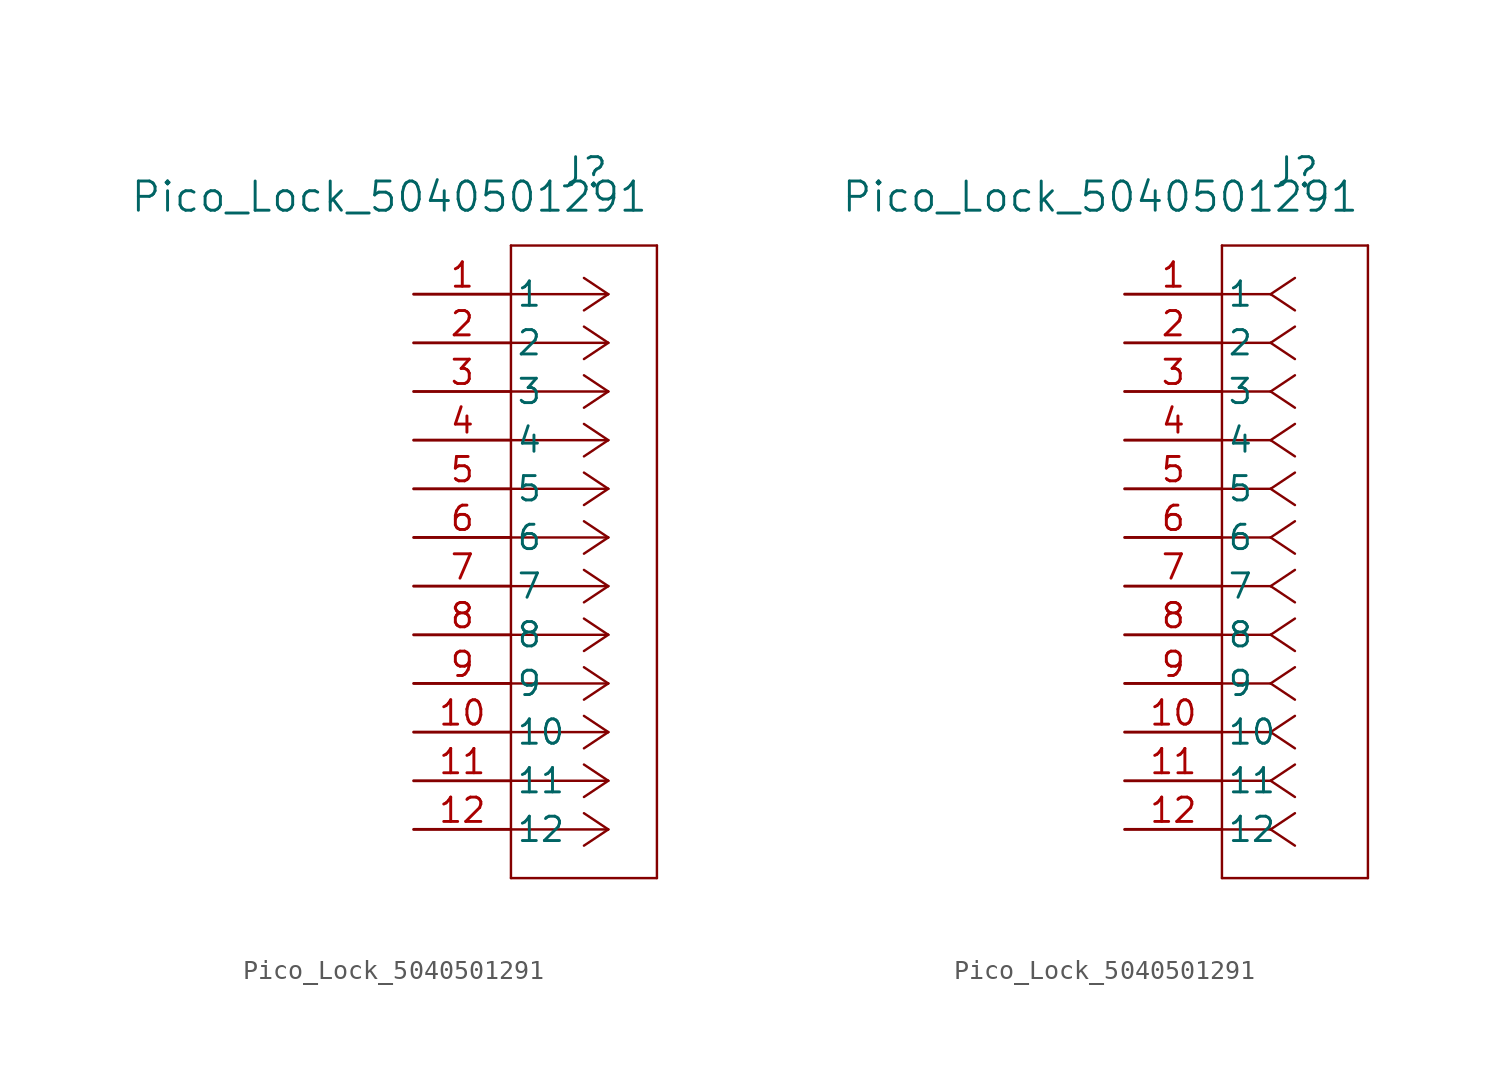
<source format=kicad_sym>
(kicad_symbol_lib
  (version 20220914)
  (generator kicad_symbol_editor)
  (symbol "Pico_Lock_5040501291"
    (pin_names
      (offset 0.254))
    (property "Reference" "J"
      (at 8.89 6.35 0)
      (effects (font (size 1.524 1.524))))
    (property "Value" "Pico_Lock_5040501291"
      (at -1.27 5.08 0)
      (effects (font (size 1.524 1.524))))
    (property "ki_locked" ""
      (at 0 0 0)
      (effects (font (size 1.27 1.27))))
    (symbol "Pico_Lock_5040501291_1_1"
      (polyline (pts (xy 5.08 -30.48) (xy 12.7 -30.48)) (stroke (width 0.127) (type default)) (fill (type none)))
      (polyline (pts (xy 5.08 2.54) (xy 5.08 -30.48)) (stroke (width 0.127) (type default)) (fill (type none)))
      (polyline (pts (xy 10.16 -27.94) (xy 5.08 -27.94)) (stroke (width 0.127) (type default)) (fill (type none)))
      (polyline (pts (xy 10.16 -27.94) (xy 8.89 -28.787)) (stroke (width 0.127) (type default)) (fill (type none)))
      (polyline (pts (xy 10.16 -27.94) (xy 8.89 -27.093)) (stroke (width 0.127) (type default)) (fill (type none)))
      (polyline (pts (xy 10.16 -25.4) (xy 5.08 -25.4)) (stroke (width 0.127) (type default)) (fill (type none)))
      (polyline (pts (xy 10.16 -25.4) (xy 8.89 -26.247)) (stroke (width 0.127) (type default)) (fill (type none)))
      (polyline (pts (xy 10.16 -25.4) (xy 8.89 -24.553)) (stroke (width 0.127) (type default)) (fill (type none)))
      (polyline (pts (xy 10.16 -22.86) (xy 5.08 -22.86)) (stroke (width 0.127) (type default)) (fill (type none)))
      (polyline (pts (xy 10.16 -22.86) (xy 8.89 -23.707)) (stroke (width 0.127) (type default)) (fill (type none)))
      (polyline (pts (xy 10.16 -22.86) (xy 8.89 -22.013)) (stroke (width 0.127) (type default)) (fill (type none)))
      (polyline (pts (xy 10.16 -20.32) (xy 5.08 -20.32)) (stroke (width 0.127) (type default)) (fill (type none)))
      (polyline (pts (xy 10.16 -20.32) (xy 8.89 -21.167)) (stroke (width 0.127) (type default)) (fill (type none)))
      (polyline (pts (xy 10.16 -20.32) (xy 8.89 -19.473)) (stroke (width 0.127) (type default)) (fill (type none)))
      (polyline (pts (xy 10.16 -17.78) (xy 5.08 -17.78)) (stroke (width 0.127) (type default)) (fill (type none)))
      (polyline (pts (xy 10.16 -17.78) (xy 8.89 -18.627)) (stroke (width 0.127) (type default)) (fill (type none)))
      (polyline (pts (xy 10.16 -17.78) (xy 8.89 -16.933)) (stroke (width 0.127) (type default)) (fill (type none)))
      (polyline (pts (xy 10.16 -15.24) (xy 5.08 -15.24)) (stroke (width 0.127) (type default)) (fill (type none)))
      (polyline (pts (xy 10.16 -15.24) (xy 8.89 -16.087)) (stroke (width 0.127) (type default)) (fill (type none)))
      (polyline (pts (xy 10.16 -15.24) (xy 8.89 -14.393)) (stroke (width 0.127) (type default)) (fill (type none)))
      (polyline (pts (xy 10.16 -12.7) (xy 5.08 -12.7)) (stroke (width 0.127) (type default)) (fill (type none)))
      (polyline (pts (xy 10.16 -12.7) (xy 8.89 -13.547)) (stroke (width 0.127) (type default)) (fill (type none)))
      (polyline (pts (xy 10.16 -12.7) (xy 8.89 -11.853)) (stroke (width 0.127) (type default)) (fill (type none)))
      (polyline (pts (xy 10.16 -10.16) (xy 5.08 -10.16)) (stroke (width 0.127) (type default)) (fill (type none)))
      (polyline (pts (xy 10.16 -10.16) (xy 8.89 -11.007)) (stroke (width 0.127) (type default)) (fill (type none)))
      (polyline (pts (xy 10.16 -10.16) (xy 8.89 -9.313)) (stroke (width 0.127) (type default)) (fill (type none)))
      (polyline (pts (xy 10.16 -7.62) (xy 5.08 -7.62)) (stroke (width 0.127) (type default)) (fill (type none)))
      (polyline (pts (xy 10.16 -7.62) (xy 8.89 -8.467)) (stroke (width 0.127) (type default)) (fill (type none)))
      (polyline (pts (xy 10.16 -7.62) (xy 8.89 -6.773)) (stroke (width 0.127) (type default)) (fill (type none)))
      (polyline (pts (xy 10.16 -5.08) (xy 5.08 -5.08)) (stroke (width 0.127) (type default)) (fill (type none)))
      (polyline (pts (xy 10.16 -5.08) (xy 8.89 -5.927)) (stroke (width 0.127) (type default)) (fill (type none)))
      (polyline (pts (xy 10.16 -5.08) (xy 8.89 -4.233)) (stroke (width 0.127) (type default)) (fill (type none)))
      (polyline (pts (xy 10.16 -2.54) (xy 5.08 -2.54)) (stroke (width 0.127) (type default)) (fill (type none)))
      (polyline (pts (xy 10.16 -2.54) (xy 8.89 -3.387)) (stroke (width 0.127) (type default)) (fill (type none)))
      (polyline (pts (xy 10.16 -2.54) (xy 8.89 -1.693)) (stroke (width 0.127) (type default)) (fill (type none)))
      (polyline (pts (xy 10.16 0) (xy 5.08 0)) (stroke (width 0.127) (type default)) (fill (type none)))
      (polyline (pts (xy 10.16 0) (xy 8.89 -0.847)) (stroke (width 0.127) (type default)) (fill (type none)))
      (polyline (pts (xy 10.16 0) (xy 8.89 0.847)) (stroke (width 0.127) (type default)) (fill (type none)))
      (polyline (pts (xy 12.7 -30.48) (xy 12.7 2.54)) (stroke (width 0.127) (type default)) (fill (type none)))
      (polyline (pts (xy 12.7 2.54) (xy 5.08 2.54)) (stroke (width 0.127) (type default)) (fill (type none)))
      (pin unspecified line (at 0 0 0) (length 5.08) (name "1" (effects (font (size 1.27 1.27)))) (number "1" (effects (font (size 1.27 1.27)))))
      (pin unspecified line (at 0 -22.86 0) (length 5.08) (name "10" (effects (font (size 1.27 1.27)))) (number "10" (effects (font (size 1.27 1.27)))))
      (pin unspecified line (at 0 -25.4 0) (length 5.08) (name "11" (effects (font (size 1.27 1.27)))) (number "11" (effects (font (size 1.27 1.27)))))
      (pin unspecified line (at 0 -27.94 0) (length 5.08) (name "12" (effects (font (size 1.27 1.27)))) (number "12" (effects (font (size 1.27 1.27)))))
      (pin unspecified line (at 0 -2.54 0) (length 5.08) (name "2" (effects (font (size 1.27 1.27)))) (number "2" (effects (font (size 1.27 1.27)))))
      (pin unspecified line (at 0 -5.08 0) (length 5.08) (name "3" (effects (font (size 1.27 1.27)))) (number "3" (effects (font (size 1.27 1.27)))))
      (pin unspecified line (at 0 -7.62 0) (length 5.08) (name "4" (effects (font (size 1.27 1.27)))) (number "4" (effects (font (size 1.27 1.27)))))
      (pin unspecified line (at 0 -10.16 0) (length 5.08) (name "5" (effects (font (size 1.27 1.27)))) (number "5" (effects (font (size 1.27 1.27)))))
      (pin unspecified line (at 0 -12.7 0) (length 5.08) (name "6" (effects (font (size 1.27 1.27)))) (number "6" (effects (font (size 1.27 1.27)))))
      (pin unspecified line (at 0 -15.24 0) (length 5.08) (name "7" (effects (font (size 1.27 1.27)))) (number "7" (effects (font (size 1.27 1.27)))))
      (pin unspecified line (at 0 -17.78 0) (length 5.08) (name "8" (effects (font (size 1.27 1.27)))) (number "8" (effects (font (size 1.27 1.27)))))
      (pin unspecified line (at 0 -20.32 0) (length 5.08) (name "9" (effects (font (size 1.27 1.27)))) (number "9" (effects (font (size 1.27 1.27))))))
    (symbol "Pico_Lock_5040501291_1_2"
      (polyline (pts (xy 5.08 -30.48) (xy 12.7 -30.48)) (stroke (width 0.127) (type default)) (fill (type none)))
      (polyline (pts (xy 5.08 2.54) (xy 5.08 -30.48)) (stroke (width 0.127) (type default)) (fill (type none)))
      (polyline (pts (xy 7.62 -27.94) (xy 5.08 -27.94)) (stroke (width 0.127) (type default)) (fill (type none)))
      (polyline (pts (xy 7.62 -27.94) (xy 8.89 -28.787)) (stroke (width 0.127) (type default)) (fill (type none)))
      (polyline (pts (xy 7.62 -27.94) (xy 8.89 -27.093)) (stroke (width 0.127) (type default)) (fill (type none)))
      (polyline (pts (xy 7.62 -25.4) (xy 5.08 -25.4)) (stroke (width 0.127) (type default)) (fill (type none)))
      (polyline (pts (xy 7.62 -25.4) (xy 8.89 -26.247)) (stroke (width 0.127) (type default)) (fill (type none)))
      (polyline (pts (xy 7.62 -25.4) (xy 8.89 -24.553)) (stroke (width 0.127) (type default)) (fill (type none)))
      (polyline (pts (xy 7.62 -22.86) (xy 5.08 -22.86)) (stroke (width 0.127) (type default)) (fill (type none)))
      (polyline (pts (xy 7.62 -22.86) (xy 8.89 -23.707)) (stroke (width 0.127) (type default)) (fill (type none)))
      (polyline (pts (xy 7.62 -22.86) (xy 8.89 -22.013)) (stroke (width 0.127) (type default)) (fill (type none)))
      (polyline (pts (xy 7.62 -20.32) (xy 5.08 -20.32)) (stroke (width 0.127) (type default)) (fill (type none)))
      (polyline (pts (xy 7.62 -20.32) (xy 8.89 -21.167)) (stroke (width 0.127) (type default)) (fill (type none)))
      (polyline (pts (xy 7.62 -20.32) (xy 8.89 -19.473)) (stroke (width 0.127) (type default)) (fill (type none)))
      (polyline (pts (xy 7.62 -17.78) (xy 5.08 -17.78)) (stroke (width 0.127) (type default)) (fill (type none)))
      (polyline (pts (xy 7.62 -17.78) (xy 8.89 -18.627)) (stroke (width 0.127) (type default)) (fill (type none)))
      (polyline (pts (xy 7.62 -17.78) (xy 8.89 -16.933)) (stroke (width 0.127) (type default)) (fill (type none)))
      (polyline (pts (xy 7.62 -15.24) (xy 5.08 -15.24)) (stroke (width 0.127) (type default)) (fill (type none)))
      (polyline (pts (xy 7.62 -15.24) (xy 8.89 -16.087)) (stroke (width 0.127) (type default)) (fill (type none)))
      (polyline (pts (xy 7.62 -15.24) (xy 8.89 -14.393)) (stroke (width 0.127) (type default)) (fill (type none)))
      (polyline (pts (xy 7.62 -12.7) (xy 5.08 -12.7)) (stroke (width 0.127) (type default)) (fill (type none)))
      (polyline (pts (xy 7.62 -12.7) (xy 8.89 -13.547)) (stroke (width 0.127) (type default)) (fill (type none)))
      (polyline (pts (xy 7.62 -12.7) (xy 8.89 -11.853)) (stroke (width 0.127) (type default)) (fill (type none)))
      (polyline (pts (xy 7.62 -10.16) (xy 5.08 -10.16)) (stroke (width 0.127) (type default)) (fill (type none)))
      (polyline (pts (xy 7.62 -10.16) (xy 8.89 -11.007)) (stroke (width 0.127) (type default)) (fill (type none)))
      (polyline (pts (xy 7.62 -10.16) (xy 8.89 -9.313)) (stroke (width 0.127) (type default)) (fill (type none)))
      (polyline (pts (xy 7.62 -7.62) (xy 5.08 -7.62)) (stroke (width 0.127) (type default)) (fill (type none)))
      (polyline (pts (xy 7.62 -7.62) (xy 8.89 -8.467)) (stroke (width 0.127) (type default)) (fill (type none)))
      (polyline (pts (xy 7.62 -7.62) (xy 8.89 -6.773)) (stroke (width 0.127) (type default)) (fill (type none)))
      (polyline (pts (xy 7.62 -5.08) (xy 5.08 -5.08)) (stroke (width 0.127) (type default)) (fill (type none)))
      (polyline (pts (xy 7.62 -5.08) (xy 8.89 -5.927)) (stroke (width 0.127) (type default)) (fill (type none)))
      (polyline (pts (xy 7.62 -5.08) (xy 8.89 -4.233)) (stroke (width 0.127) (type default)) (fill (type none)))
      (polyline (pts (xy 7.62 -2.54) (xy 5.08 -2.54)) (stroke (width 0.127) (type default)) (fill (type none)))
      (polyline (pts (xy 7.62 -2.54) (xy 8.89 -3.387)) (stroke (width 0.127) (type default)) (fill (type none)))
      (polyline (pts (xy 7.62 -2.54) (xy 8.89 -1.693)) (stroke (width 0.127) (type default)) (fill (type none)))
      (polyline (pts (xy 7.62 0) (xy 5.08 0)) (stroke (width 0.127) (type default)) (fill (type none)))
      (polyline (pts (xy 7.62 0) (xy 8.89 -0.847)) (stroke (width 0.127) (type default)) (fill (type none)))
      (polyline (pts (xy 7.62 0) (xy 8.89 0.847)) (stroke (width 0.127) (type default)) (fill (type none)))
      (polyline (pts (xy 12.7 -30.48) (xy 12.7 2.54)) (stroke (width 0.127) (type default)) (fill (type none)))
      (polyline (pts (xy 12.7 2.54) (xy 5.08 2.54)) (stroke (width 0.127) (type default)) (fill (type none)))
      (pin unspecified line (at 0 0 0) (length 5.08) (name "1" (effects (font (size 1.27 1.27)))) (number "1" (effects (font (size 1.27 1.27)))))
      (pin unspecified line (at 0 -22.86 0) (length 5.08) (name "10" (effects (font (size 1.27 1.27)))) (number "10" (effects (font (size 1.27 1.27)))))
      (pin unspecified line (at 0 -25.4 0) (length 5.08) (name "11" (effects (font (size 1.27 1.27)))) (number "11" (effects (font (size 1.27 1.27)))))
      (pin unspecified line (at 0 -27.94 0) (length 5.08) (name "12" (effects (font (size 1.27 1.27)))) (number "12" (effects (font (size 1.27 1.27)))))
      (pin unspecified line (at 0 -2.54 0) (length 5.08) (name "2" (effects (font (size 1.27 1.27)))) (number "2" (effects (font (size 1.27 1.27)))))
      (pin unspecified line (at 0 -5.08 0) (length 5.08) (name "3" (effects (font (size 1.27 1.27)))) (number "3" (effects (font (size 1.27 1.27)))))
      (pin unspecified line (at 0 -7.62 0) (length 5.08) (name "4" (effects (font (size 1.27 1.27)))) (number "4" (effects (font (size 1.27 1.27)))))
      (pin unspecified line (at 0 -10.16 0) (length 5.08) (name "5" (effects (font (size 1.27 1.27)))) (number "5" (effects (font (size 1.27 1.27)))))
      (pin unspecified line (at 0 -12.7 0) (length 5.08) (name "6" (effects (font (size 1.27 1.27)))) (number "6" (effects (font (size 1.27 1.27)))))
      (pin unspecified line (at 0 -15.24 0) (length 5.08) (name "7" (effects (font (size 1.27 1.27)))) (number "7" (effects (font (size 1.27 1.27)))))
      (pin unspecified line (at 0 -17.78 0) (length 5.08) (name "8" (effects (font (size 1.27 1.27)))) (number "8" (effects (font (size 1.27 1.27)))))
      (pin unspecified line (at 0 -20.32 0) (length 5.08) (name "9" (effects (font (size 1.27 1.27)))) (number "9" (effects (font (size 1.27 1.27))))))))
</source>
